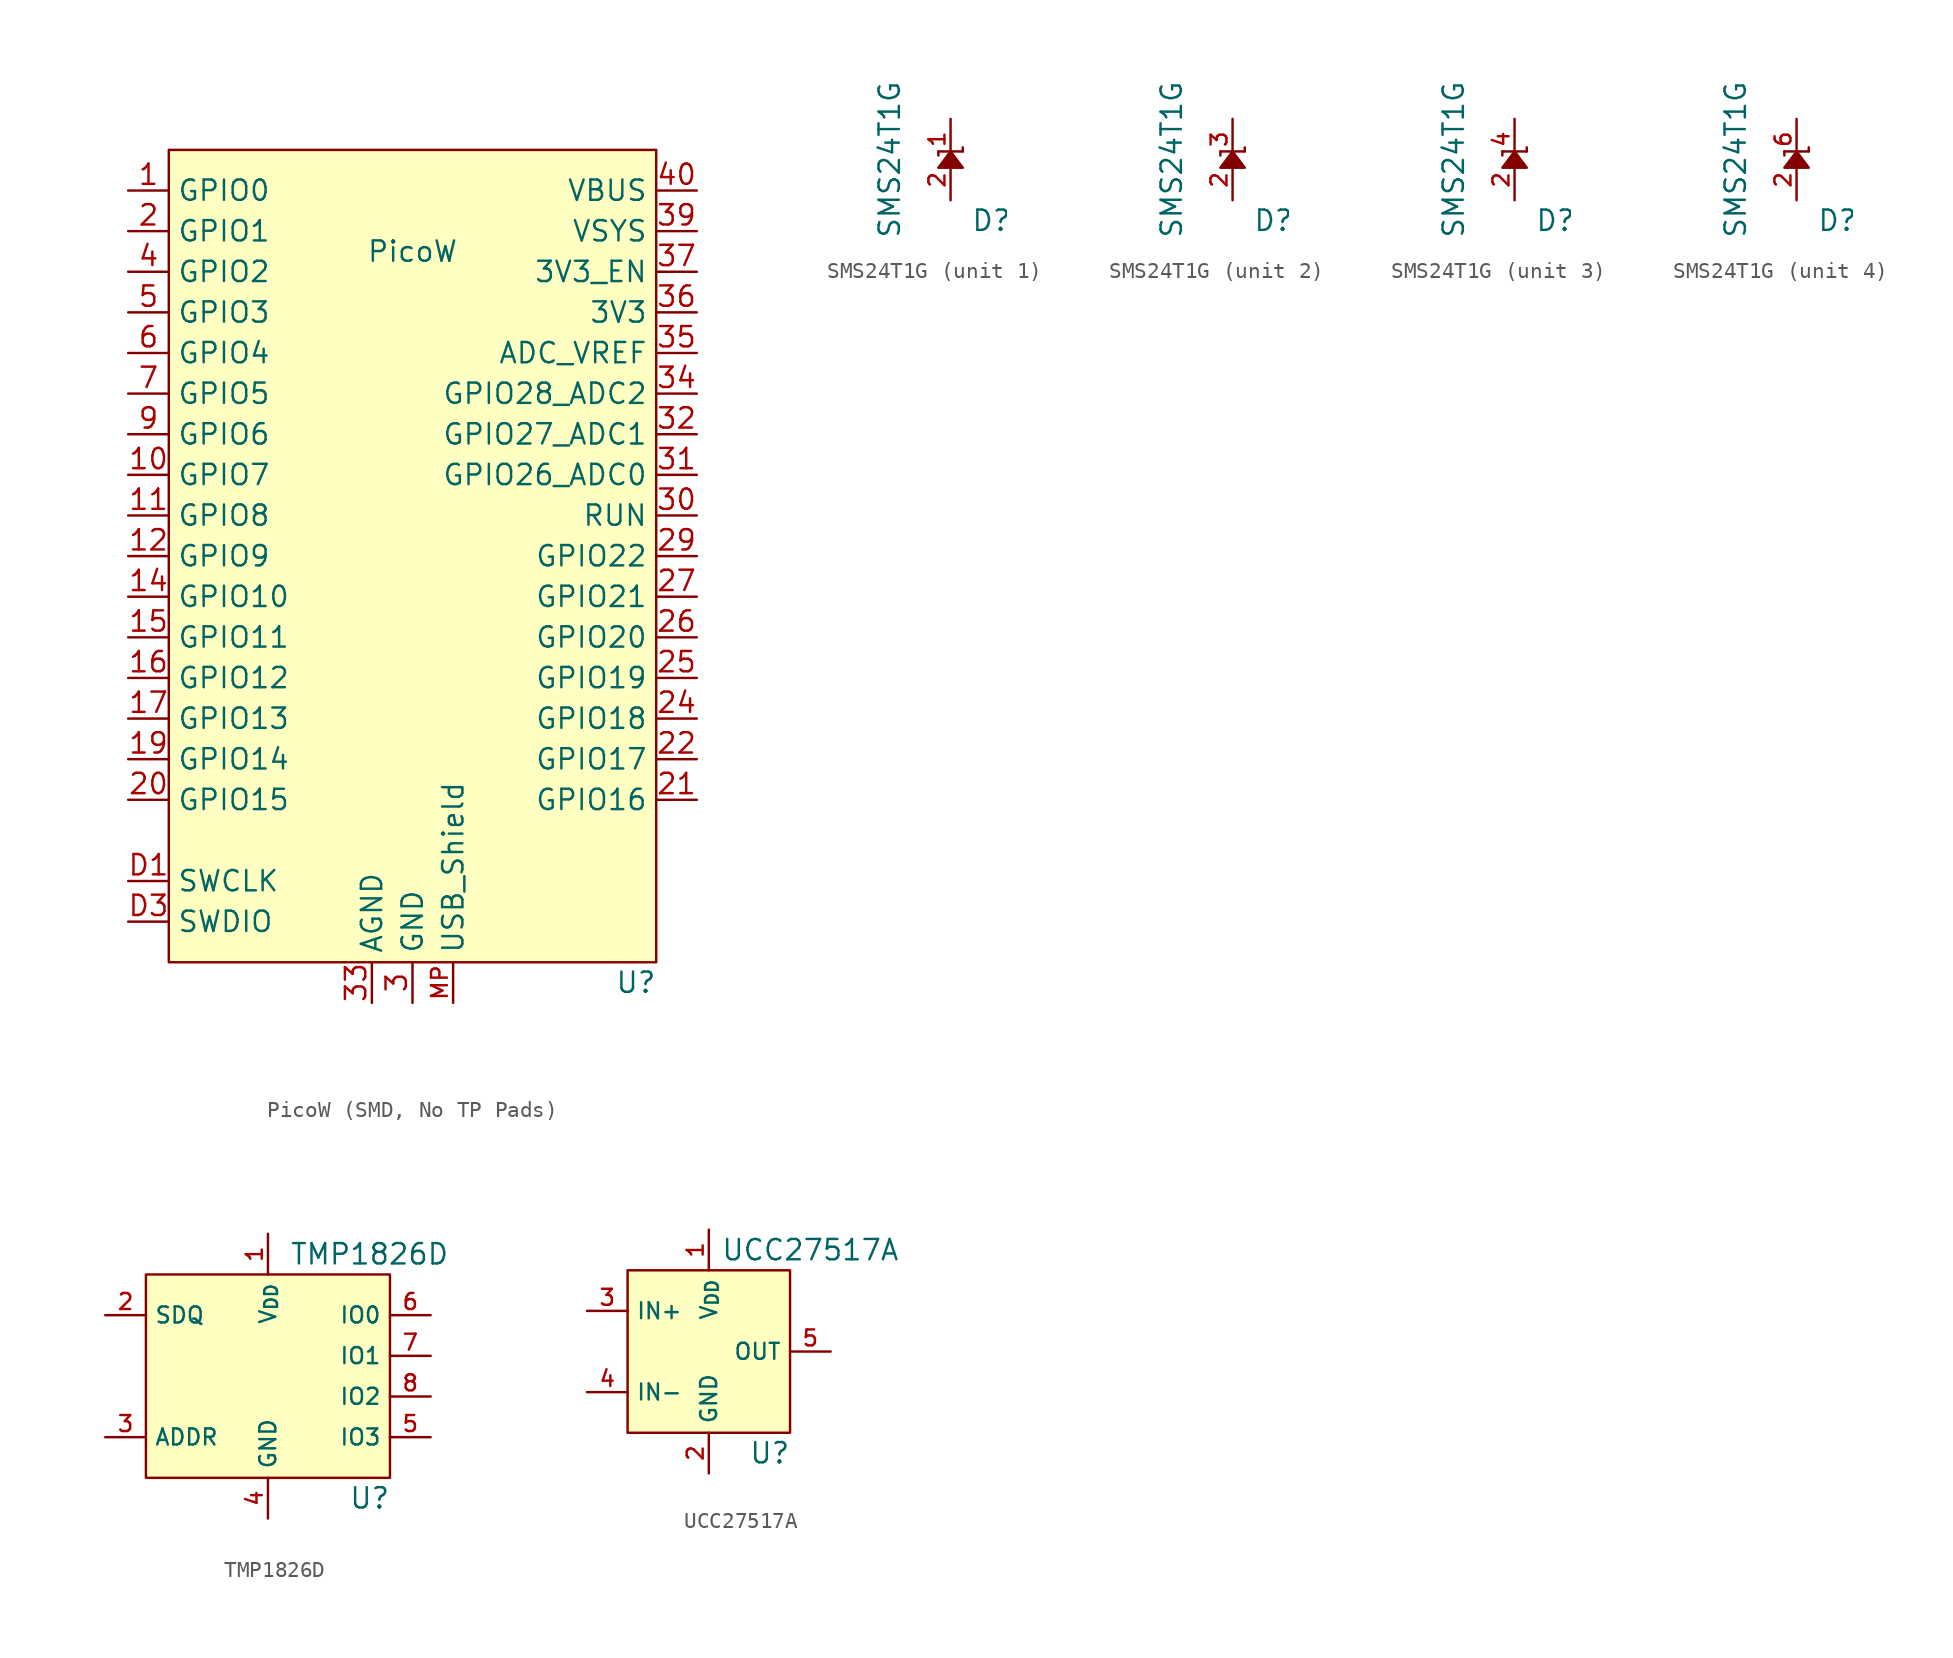
<source format=kicad_sym>
(kicad_symbol_lib
  (version 20231120)
  (generator "kicad_symbol_editor")
  (generator_version "8.0")
  (symbol "PicoW (SMD, No TP Pads)"
    (property "Reference" "U"
      (at 13.97 -26.67 0)
      (effects (font (size 1.27 1.27))))
    (property "Value" "PicoW"
      (at 0 19.05 0)
      (effects (font (size 1.27 1.27))))
    (symbol "PicoW (SMD, No TP Pads)_0_1"
      (rectangle (start -15.24 25.4) (end 15.24 -25.4) (stroke (width 0) (type default)) (fill (type background))))
    (symbol "PicoW (SMD, No TP Pads)_1_1"
      (pin bidirectional line (at -17.78 22.86 0) (length 2.54) (name "GPIO0" (effects (font (size 1.27 1.27)))) (number "1" (effects (font (size 1.27 1.27)))))
      (pin bidirectional line (at -17.78 5.08 0) (length 2.54) (name "GPIO7" (effects (font (size 1.27 1.27)))) (number "10" (effects (font (size 1.27 1.27)))))
      (pin bidirectional line (at -17.78 2.54 0) (length 2.54) (name "GPIO8" (effects (font (size 1.27 1.27)))) (number "11" (effects (font (size 1.27 1.27)))))
      (pin bidirectional line (at -17.78 0 0) (length 2.54) (name "GPIO9" (effects (font (size 1.27 1.27)))) (number "12" (effects (font (size 1.27 1.27)))))
      (pin power_in line (at 0 -27.94 90) (length 2.54) hide (name "GND" (effects (font (size 1.27 1.27)))) (number "13" (effects (font (size 1.27 1.27)))))
      (pin bidirectional line (at -17.78 -2.54 0) (length 2.54) (name "GPIO10" (effects (font (size 1.27 1.27)))) (number "14" (effects (font (size 1.27 1.27)))))
      (pin bidirectional line (at -17.78 -5.08 0) (length 2.54) (name "GPIO11" (effects (font (size 1.27 1.27)))) (number "15" (effects (font (size 1.27 1.27)))))
      (pin bidirectional line (at -17.78 -7.62 0) (length 2.54) (name "GPIO12" (effects (font (size 1.27 1.27)))) (number "16" (effects (font (size 1.27 1.27)))))
      (pin bidirectional line (at -17.78 -10.16 0) (length 2.54) (name "GPIO13" (effects (font (size 1.27 1.27)))) (number "17" (effects (font (size 1.27 1.27)))))
      (pin power_in line (at 0 -27.94 90) (length 2.54) hide (name "GND" (effects (font (size 1.27 1.27)))) (number "18" (effects (font (size 1.27 1.27)))))
      (pin bidirectional line (at -17.78 -12.7 0) (length 2.54) (name "GPIO14" (effects (font (size 1.27 1.27)))) (number "19" (effects (font (size 1.27 1.27)))))
      (pin bidirectional line (at -17.78 20.32 0) (length 2.54) (name "GPIO1" (effects (font (size 1.27 1.27)))) (number "2" (effects (font (size 1.27 1.27)))))
      (pin bidirectional line (at -17.78 -15.24 0) (length 2.54) (name "GPIO15" (effects (font (size 1.27 1.27)))) (number "20" (effects (font (size 1.27 1.27)))))
      (pin bidirectional line (at 17.78 -15.24 180) (length 2.54) (name "GPIO16" (effects (font (size 1.27 1.27)))) (number "21" (effects (font (size 1.27 1.27)))))
      (pin bidirectional line (at 17.78 -12.7 180) (length 2.54) (name "GPIO17" (effects (font (size 1.27 1.27)))) (number "22" (effects (font (size 1.27 1.27)))))
      (pin power_in line (at 0 -27.94 90) (length 2.54) hide (name "GND" (effects (font (size 1.27 1.27)))) (number "23" (effects (font (size 1.27 1.27)))))
      (pin bidirectional line (at 17.78 -10.16 180) (length 2.54) (name "GPIO18" (effects (font (size 1.27 1.27)))) (number "24" (effects (font (size 1.27 1.27)))))
      (pin bidirectional line (at 17.78 -7.62 180) (length 2.54) (name "GPIO19" (effects (font (size 1.27 1.27)))) (number "25" (effects (font (size 1.27 1.27)))))
      (pin bidirectional line (at 17.78 -5.08 180) (length 2.54) (name "GPIO20" (effects (font (size 1.27 1.27)))) (number "26" (effects (font (size 1.27 1.27)))))
      (pin bidirectional line (at 17.78 -2.54 180) (length 2.54) (name "GPIO21" (effects (font (size 1.27 1.27)))) (number "27" (effects (font (size 1.27 1.27)))))
      (pin power_in line (at 0 -27.94 90) (length 2.54) hide (name "GND" (effects (font (size 1.27 1.27)))) (number "28" (effects (font (size 1.27 1.27)))))
      (pin bidirectional line (at 17.78 0 180) (length 2.54) (name "GPIO22" (effects (font (size 1.27 1.27)))) (number "29" (effects (font (size 1.27 1.27)))))
      (pin power_in line (at 0 -27.94 90) (length 2.54) (name "GND" (effects (font (size 1.27 1.27)))) (number "3" (effects (font (size 1.27 1.27)))))
      (pin input line (at 17.78 2.54 180) (length 2.54) (name "RUN" (effects (font (size 1.27 1.27)))) (number "30" (effects (font (size 1.27 1.27)))))
      (pin bidirectional line (at 17.78 5.08 180) (length 2.54) (name "GPIO26_ADC0" (effects (font (size 1.27 1.27)))) (number "31" (effects (font (size 1.27 1.27)))))
      (pin bidirectional line (at 17.78 7.62 180) (length 2.54) (name "GPIO27_ADC1" (effects (font (size 1.27 1.27)))) (number "32" (effects (font (size 1.27 1.27)))))
      (pin power_in line (at -2.54 -27.94 90) (length 2.54) (name "AGND" (effects (font (size 1.27 1.27)))) (number "33" (effects (font (size 1.27 1.27)))))
      (pin bidirectional line (at 17.78 10.16 180) (length 2.54) (name "GPIO28_ADC2" (effects (font (size 1.27 1.27)))) (number "34" (effects (font (size 1.27 1.27)))))
      (pin power_in line (at 17.78 12.7 180) (length 2.54) (name "ADC_VREF" (effects (font (size 1.27 1.27)))) (number "35" (effects (font (size 1.27 1.27)))))
      (pin power_in line (at 17.78 15.24 180) (length 2.54) (name "3V3" (effects (font (size 1.27 1.27)))) (number "36" (effects (font (size 1.27 1.27)))))
      (pin input line (at 17.78 17.78 180) (length 2.54) (name "3V3_EN" (effects (font (size 1.27 1.27)))) (number "37" (effects (font (size 1.27 1.27)))))
      (pin power_in line (at 0 -27.94 90) (length 2.54) hide (name "GND" (effects (font (size 1.27 1.27)))) (number "38" (effects (font (size 1.27 1.27)))))
      (pin power_in line (at 17.78 20.32 180) (length 2.54) (name "VSYS" (effects (font (size 1.27 1.27)))) (number "39" (effects (font (size 1.27 1.27)))))
      (pin bidirectional line (at -17.78 17.78 0) (length 2.54) (name "GPIO2" (effects (font (size 1.27 1.27)))) (number "4" (effects (font (size 1.27 1.27)))))
      (pin power_in line (at 17.78 22.86 180) (length 2.54) (name "VBUS" (effects (font (size 1.27 1.27)))) (number "40" (effects (font (size 1.27 1.27)))))
      (pin bidirectional line (at -17.78 15.24 0) (length 2.54) (name "GPIO3" (effects (font (size 1.27 1.27)))) (number "5" (effects (font (size 1.27 1.27)))))
      (pin bidirectional line (at -17.78 12.7 0) (length 2.54) (name "GPIO4" (effects (font (size 1.27 1.27)))) (number "6" (effects (font (size 1.27 1.27)))))
      (pin bidirectional line (at -17.78 10.16 0) (length 2.54) (name "GPIO5" (effects (font (size 1.27 1.27)))) (number "7" (effects (font (size 1.27 1.27)))))
      (pin power_in line (at 0 -27.94 90) (length 2.54) hide (name "GND" (effects (font (size 1.27 1.27)))) (number "8" (effects (font (size 1.27 1.27)))))
      (pin bidirectional line (at -17.78 7.62 0) (length 2.54) (name "GPIO6" (effects (font (size 1.27 1.27)))) (number "9" (effects (font (size 1.27 1.27)))))
      (pin input line (at -17.78 -20.32 0) (length 2.54) (name "SWCLK" (effects (font (size 1.27 1.27)))) (number "D1" (effects (font (size 1.27 1.27)))))
      (pin power_in line (at 0 -27.94 90) (length 2.54) hide (name "GND" (effects (font (size 1.27 1.27)))) (number "D2" (effects (font (size 1.27 1.27)))))
      (pin bidirectional line (at -17.78 -22.86 0) (length 2.54) (name "SWDIO" (effects (font (size 1.27 1.27)))) (number "D3" (effects (font (size 1.27 1.27)))))
      (pin passive line (at 2.54 -27.94 90) (length 2.54) (name "USB_Shield" (effects (font (size 1.27 1.27)))) (number "MP" (effects (font (size 1 1)))))))
  (symbol "SMS24T1G"
    (pin_names
      (offset 1.016) hide)
    (property "Reference" "D"
      (at 1.27 -3.81 0)
      (effects (font (size 1.27 1.27)) (justify left)))
    (property "Value" "SMS24T1G"
      (at -3.81 0 90)
      (effects (font (size 1.27 1.27))))
    (symbol "SMS24T1G_0_1"
      (polyline (pts (xy -0.762 0.508) (xy -0.762 0.254)) (stroke (width 0) (type default)) (fill (type none)))
      (polyline (pts (xy -0.762 0.508) (xy 0.762 0.508)) (stroke (width 0) (type default)) (fill (type none)))
      (polyline (pts (xy 0.762 0.508) (xy 0.762 0.762)) (stroke (width 0) (type default)) (fill (type none)))
      (polyline (pts (xy 0 0.508) (xy -0.762 -0.508) (xy 0.762 -0.508) (xy 0 0.508)) (stroke (width 0) (type default)) (fill (type outline)))
      (pin passive line (at 0 -2.54 90) (length 2.54) (name "CommonAnode" (effects (font (size 1.27 1.27)))) (number "2" (effects (font (size 1 1)))))
      (pin passive line (at 0 -2.54 90) (length 2.54) hide (name "CommonAnode" (effects (font (size 1.27 1.27)))) (number "5" (effects (font (size 1 1))))))
    (symbol "SMS24T1G_1_1"
      (pin passive line (at 0 2.54 270) (length 2.54) (name "Cathode" (effects (font (size 1.27 1.27)))) (number "1" (effects (font (size 1 1))))))
    (symbol "SMS24T1G_2_1"
      (pin passive line (at 0 2.54 270) (length 2.54) (name "Cathode" (effects (font (size 1.27 1.27)))) (number "3" (effects (font (size 0.991 0.991))))))
    (symbol "SMS24T1G_3_1"
      (pin passive line (at 0 2.54 270) (length 2.54) (name "Cathode" (effects (font (size 1.27 1.27)))) (number "4" (effects (font (size 0.991 0.991))))))
    (symbol "SMS24T1G_4_1"
      (pin passive line (at 0 2.54 270) (length 2.54) (name "Cathode" (effects (font (size 1.27 1.27)))) (number "6" (effects (font (size 0.991 0.991)))))))
  (symbol "TMP1826D"
    (property "Reference" "U"
      (at 6.35 -7.62 0)
      (effects (font (size 1.27 1.27))))
    (property "Value" "TMP1826D"
      (at 6.35 7.62 0)
      (effects (font (size 1.27 1.27))))
    (symbol "TMP1826D_1_1"
      (rectangle (start -7.62 6.35) (end 7.62 -6.35) (stroke (width 0) (type default)) (fill (type background)))
      (pin power_in line (at 0 8.89 270) (length 2.54) (name "V_{DD}" (effects (font (size 1 1)))) (number "1" (effects (font (size 1 1)))))
      (pin input line (at -10.16 3.81 0) (length 2.54) (name "SDQ" (effects (font (size 1 1)))) (number "2" (effects (font (size 1 1)))))
      (pin passive line (at -10.16 -3.81 0) (length 2.54) (name "ADDR" (effects (font (size 1 1)))) (number "3" (effects (font (size 1 1)))))
      (pin power_in line (at 0 -8.89 90) (length 2.54) (name "GND" (effects (font (size 1 1)))) (number "4" (effects (font (size 1 1)))))
      (pin open_collector line (at 10.16 -3.81 180) (length 2.54) (name "IO3" (effects (font (size 1 1)))) (number "5" (effects (font (size 1 1)))))
      (pin open_collector line (at 10.16 3.81 180) (length 2.54) (name "IO0" (effects (font (size 1 1)))) (number "6" (effects (font (size 1 1)))))
      (pin open_collector line (at 10.16 1.27 180) (length 2.54) (name "IO1" (effects (font (size 1 1)))) (number "7" (effects (font (size 1 1)))))
      (pin open_collector line (at 10.16 -1.27 180) (length 2.54) (name "IO2" (effects (font (size 1 1)))) (number "8" (effects (font (size 1 1)))) (alternate "~{ALERT}" open_collector line))))
  (symbol "UCC27517A"
    (property "Reference" "U"
      (at 3.81 -6.35 0)
      (effects (font (size 1.27 1.27))))
    (property "Value" "UCC27517A"
      (at 6.35 6.35 0)
      (effects (font (size 1.27 1.27))))
    (symbol "UCC27517A_1_1"
      (rectangle (start -5.08 5.08) (end 5.08 -5.08) (stroke (width 0) (type default)) (fill (type background)))
      (pin power_in line (at 0 7.62 270) (length 2.54) (name "V_{DD}" (effects (font (size 1 1)))) (number "1" (effects (font (size 1 1)))))
      (pin power_in line (at 0 -7.62 90) (length 2.54) (name "GND" (effects (font (size 1 1)))) (number "2" (effects (font (size 1 1)))))
      (pin input line (at -7.62 2.54 0) (length 2.54) (name "IN+" (effects (font (size 1 1)))) (number "3" (effects (font (size 1 1)))))
      (pin input line (at -7.62 -2.54 0) (length 2.54) (name "IN-" (effects (font (size 1 1)))) (number "4" (effects (font (size 1 1)))))
      (pin output line (at 7.62 0 180) (length 2.54) (name "OUT" (effects (font (size 1 1)))) (number "5" (effects (font (size 1 1))))))))
</source>
